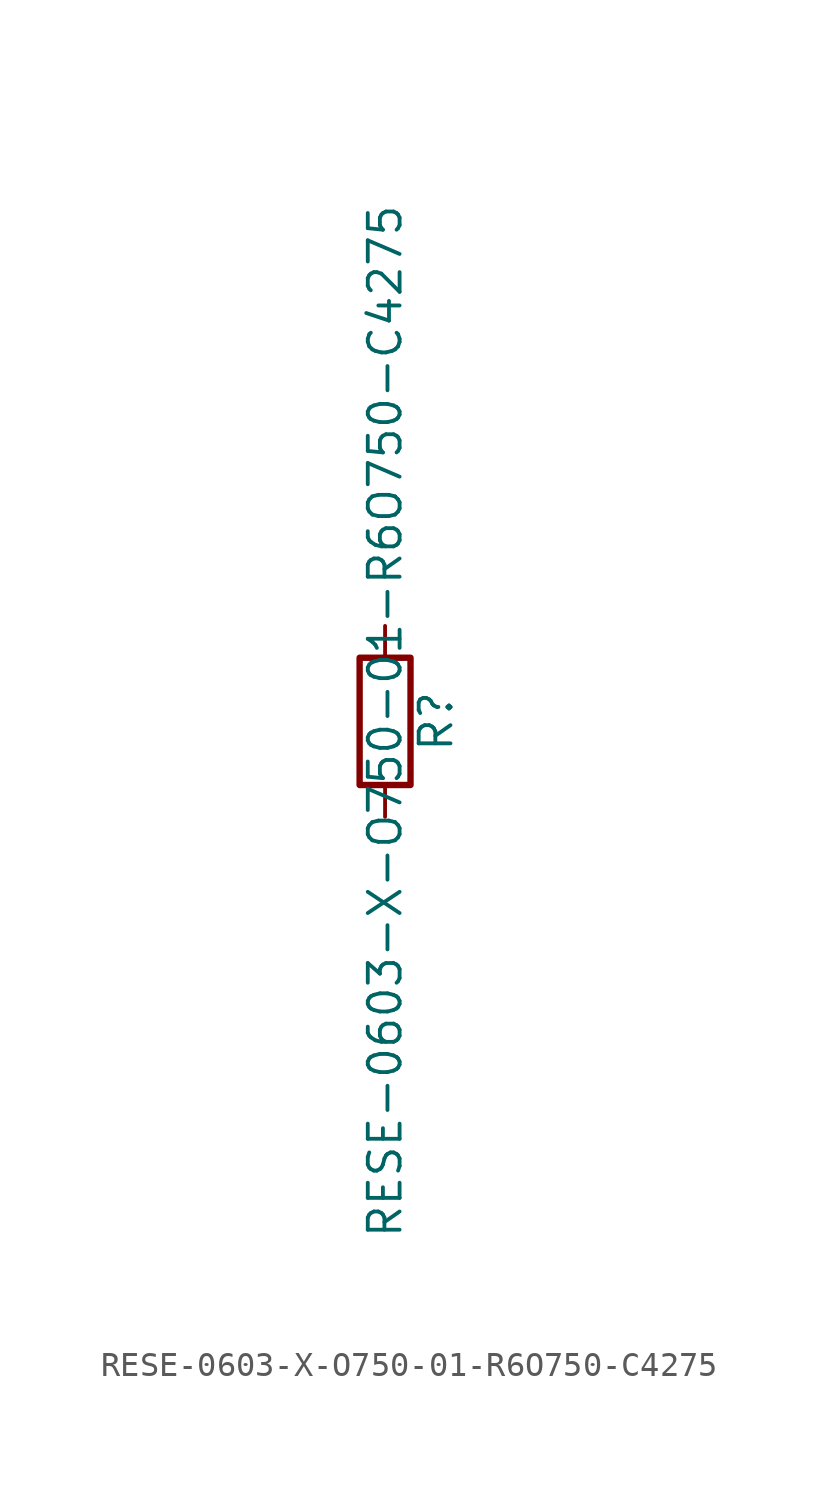
<source format=kicad_sym>
(kicad_symbol_lib
  (version 20211014)
  (generator kicad_symbol_editor)
  (symbol "RESE-0603-X-O750-01-R6O750-C4275"
    (pin_numbers hide)
    (pin_names
      (offset 0))
    (property "Reference" "R"
      (at 2.032 0 90)
      (effects (font (size 1.27 1.27))))
    (property "Value" "RESE-0603-X-O750-01-R6O750-C4275"
      (at 0 0 90)
      (effects (font (size 1.27 1.27))))
    (symbol "RESE-0603-X-O750-01-R6O750-C4275_0_1"
      (rectangle (start -1.016 -2.54) (end 1.016 2.54) (stroke (width 0.254) (type default) (color 0 0 0 0)) (fill (type none))))
    (symbol "RESE-0603-X-O750-01-R6O750-C4275_1_1"
      (pin passive line (at 0 3.81 270) (length 1.27) (name "~" (effects (font (size 1.27 1.27)))) (number "1" (effects (font (size 1.27 1.27)))))
      (pin passive line (at 0 -3.81 90) (length 1.27) (name "~" (effects (font (size 1.27 1.27)))) (number "2" (effects (font (size 1.27 1.27))))))))
</source>
